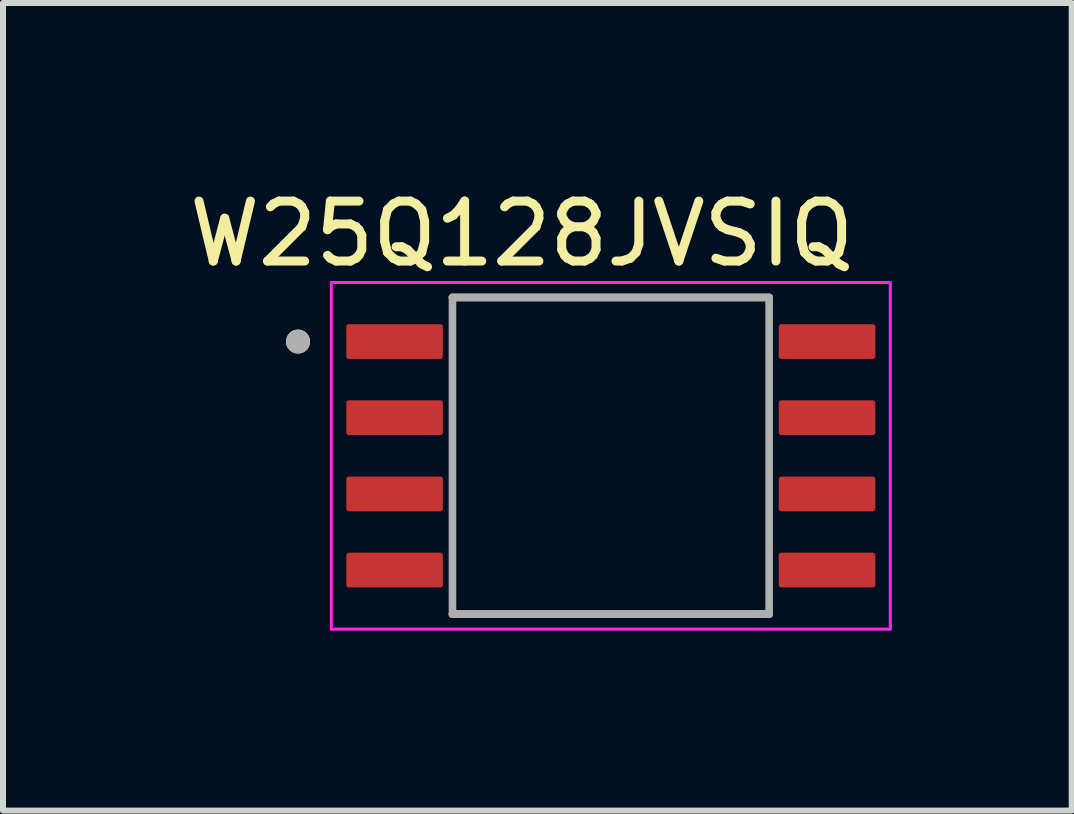
<source format=kicad_pcb>
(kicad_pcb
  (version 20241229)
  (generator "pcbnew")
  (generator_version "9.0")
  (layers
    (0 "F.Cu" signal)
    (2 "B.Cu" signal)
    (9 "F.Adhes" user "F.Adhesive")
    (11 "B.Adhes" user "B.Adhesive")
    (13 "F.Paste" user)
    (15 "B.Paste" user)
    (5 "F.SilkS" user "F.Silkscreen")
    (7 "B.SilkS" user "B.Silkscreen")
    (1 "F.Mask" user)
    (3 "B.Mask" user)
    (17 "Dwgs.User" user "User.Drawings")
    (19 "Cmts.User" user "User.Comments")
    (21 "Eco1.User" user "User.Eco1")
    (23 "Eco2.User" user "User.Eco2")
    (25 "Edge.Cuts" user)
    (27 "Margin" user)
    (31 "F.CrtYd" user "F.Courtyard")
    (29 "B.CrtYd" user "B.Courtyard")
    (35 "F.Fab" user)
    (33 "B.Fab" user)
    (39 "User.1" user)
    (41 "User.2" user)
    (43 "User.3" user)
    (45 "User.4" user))
  (footprint "W25Q128JVSIQ"
    (layer "F.Cu")
    (at 7.134 4.55)
    (property "Reference" "W25Q128JVSIQ" (at -1.485 -3.702 0) (layer "F.SilkS") (effects (font (size 1 1) (thickness 0.15))))
    (attr smd)
    (fp_line (start -2.64 -2.64) (end 2.64 -2.64) (stroke (width 0.127) (type solid)) (layer "F.SilkS"))
    (fp_line (start -2.64 2.64) (end 2.64 2.64) (stroke (width 0.127) (type solid)) (layer "F.SilkS"))
    (fp_circle (center -5.215 -1.905) (end -5.115 -1.905) (stroke (width 0.2) (type solid)) (fill no) (layer "F.SilkS"))
    (fp_line (start -4.66 -2.89) (end -4.66 2.89) (stroke (width 0.05) (type solid)) (layer "F.CrtYd"))
    (fp_line (start -4.66 -2.89) (end 4.66 -2.89) (stroke (width 0.05) (type solid)) (layer "F.CrtYd"))
    (fp_line (start -4.66 2.89) (end 4.66 2.89) (stroke (width 0.05) (type solid)) (layer "F.CrtYd"))
    (fp_line (start 4.66 -2.89) (end 4.66 2.89) (stroke (width 0.05) (type solid)) (layer "F.CrtYd"))
    (fp_line (start -2.64 -2.64) (end -2.64 2.64) (stroke (width 0.127) (type solid)) (layer "F.Fab"))
    (fp_line (start -2.64 -2.64) (end 2.64 -2.64) (stroke (width 0.127) (type solid)) (layer "F.Fab"))
    (fp_line (start -2.64 2.64) (end 2.64 2.64) (stroke (width 0.127) (type solid)) (layer "F.Fab"))
    (fp_line (start 2.64 -2.64) (end 2.64 2.64) (stroke (width 0.127) (type solid)) (layer "F.Fab"))
    (fp_circle (center -5.215 -1.905) (end -5.115 -1.905) (stroke (width 0.2) (type solid)) (fill no) (layer "F.Fab"))
    (pad "1" smd roundrect (at -3.605 -1.905) (size 1.61 0.58) (layers "F.Cu" "F.Mask" "F.Paste") (roundrect_rratio 0.07))
    (pad "2" smd roundrect (at -3.605 -0.635) (size 1.61 0.58) (layers "F.Cu" "F.Mask" "F.Paste") (roundrect_rratio 0.07))
    (pad "3" smd roundrect (at -3.605 0.635) (size 1.61 0.58) (layers "F.Cu" "F.Mask" "F.Paste") (roundrect_rratio 0.07))
    (pad "4" smd roundrect (at -3.605 1.905) (size 1.61 0.58) (layers "F.Cu" "F.Mask" "F.Paste") (roundrect_rratio 0.07))
    (pad "5" smd roundrect (at 3.605 1.905) (size 1.61 0.58) (layers "F.Cu" "F.Mask" "F.Paste") (roundrect_rratio 0.07))
    (pad "6" smd roundrect (at 3.605 0.635) (size 1.61 0.58) (layers "F.Cu" "F.Mask" "F.Paste") (roundrect_rratio 0.07))
    (pad "7" smd roundrect (at 3.605 -0.635) (size 1.61 0.58) (layers "F.Cu" "F.Mask" "F.Paste") (roundrect_rratio 0.07))
    (pad "8" smd roundrect (at 3.605 -1.905) (size 1.61 0.58) (layers "F.Cu" "F.Mask" "F.Paste") (roundrect_rratio 0.07)))
  (gr_rect
    (start -3 -3)
    (end 14.819 10.465)
    (stroke (width 0.1) (type default))
    (fill no)
    (layer "Edge.Cuts")))
</source>
